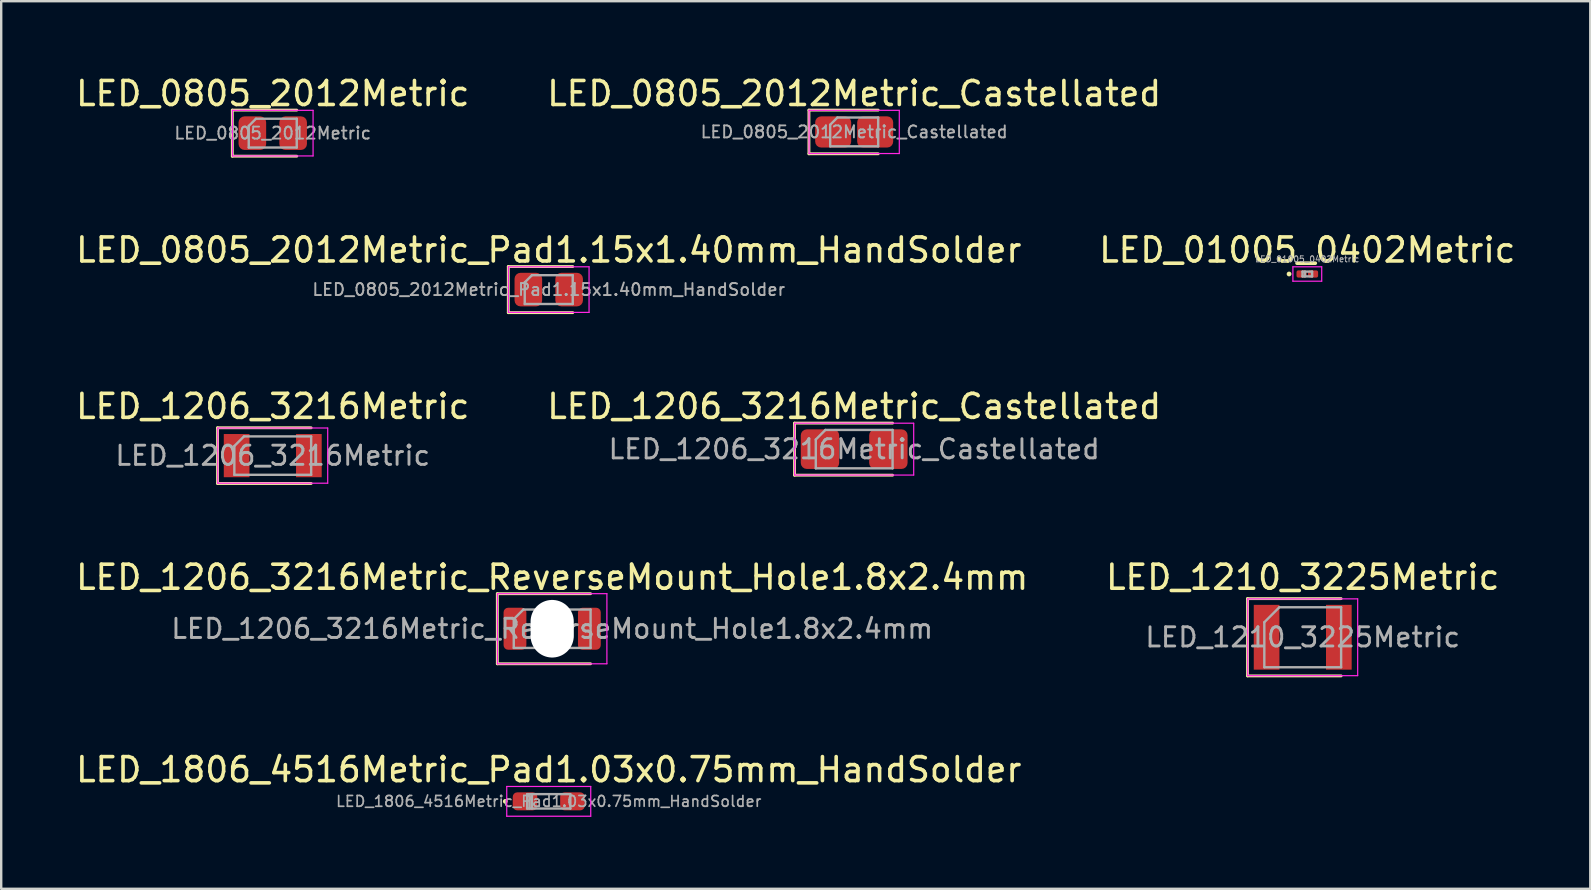
<source format=kicad_pcb>
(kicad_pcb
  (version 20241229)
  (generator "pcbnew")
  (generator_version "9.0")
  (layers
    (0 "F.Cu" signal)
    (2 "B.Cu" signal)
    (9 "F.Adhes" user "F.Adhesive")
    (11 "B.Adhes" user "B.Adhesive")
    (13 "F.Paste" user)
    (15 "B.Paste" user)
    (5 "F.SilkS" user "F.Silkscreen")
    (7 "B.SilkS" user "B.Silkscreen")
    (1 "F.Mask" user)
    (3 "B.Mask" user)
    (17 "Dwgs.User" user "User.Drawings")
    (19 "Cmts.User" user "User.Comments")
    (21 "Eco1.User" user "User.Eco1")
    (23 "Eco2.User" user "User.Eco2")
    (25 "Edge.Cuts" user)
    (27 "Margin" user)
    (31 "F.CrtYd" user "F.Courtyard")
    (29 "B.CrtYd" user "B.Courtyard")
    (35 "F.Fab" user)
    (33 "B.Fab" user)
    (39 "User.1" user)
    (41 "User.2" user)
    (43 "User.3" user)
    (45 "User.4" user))
  (footprint "LED_1206_3216Metric"
    (layer "F.Cu")
    (at 8.315 15.935)
    (property "Reference" "LED_1206_3216Metric" (at 0 -2.05 0) (layer "F.SilkS") (effects (font (size 1 1) (thickness 0.15))))
    (attr smd)
    (fp_line (start -2.3 -1.16) (end -2.3 1.16) (stroke (width 0.12) (type solid)) (layer "F.SilkS"))
    (fp_line (start -2.3 1.16) (end 1.6 1.16) (stroke (width 0.12) (type solid)) (layer "F.SilkS"))
    (fp_line (start 1.6 -1.16) (end -2.3 -1.16) (stroke (width 0.12) (type solid)) (layer "F.SilkS"))
    (fp_line (start -2.29 -1.15) (end 2.29 -1.15) (stroke (width 0.05) (type solid)) (layer "F.CrtYd"))
    (fp_line (start -2.29 1.15) (end -2.29 -1.15) (stroke (width 0.05) (type solid)) (layer "F.CrtYd"))
    (fp_line (start 2.29 -1.15) (end 2.29 1.15) (stroke (width 0.05) (type solid)) (layer "F.CrtYd"))
    (fp_line (start 2.29 1.15) (end -2.29 1.15) (stroke (width 0.05) (type solid)) (layer "F.CrtYd"))
    (fp_line (start -1.6 -0.4) (end -1.6 0.8) (stroke (width 0.1) (type solid)) (layer "F.Fab"))
    (fp_line (start -1.6 0.8) (end 1.6 0.8) (stroke (width 0.1) (type solid)) (layer "F.Fab"))
    (fp_line (start -1.2 -0.8) (end -1.6 -0.4) (stroke (width 0.1) (type solid)) (layer "F.Fab"))
    (fp_line (start 1.6 -0.8) (end -1.2 -0.8) (stroke (width 0.1) (type solid)) (layer "F.Fab"))
    (fp_line (start 1.6 0.8) (end 1.6 -0.8) (stroke (width 0.1) (type solid)) (layer "F.Fab"))
    (fp_text user "${REFERENCE}" (at 0 0 0) (layer "F.Fab") (effects (font (size 0.8 0.8) (thickness 0.12))))
    (pad "1" smd rect (at -1.505 0) (size 1.07 1.8) (layers "F.Cu" "F.Mask" "F.Paste"))
    (pad "2" smd rect (at 1.505 0) (size 1.07 1.8) (layers "F.Cu" "F.Mask" "F.Paste")))
  (footprint "LED_1806_4516Metric_Pad1.03x0.75mm_HandSolder"
    (layer "F.Cu")
    (at 19.815 30.341)
    (property "Reference" "LED_1806_4516Metric_Pad1.03x0.75mm_HandSolder" (at 0 -1.32 0) (layer "F.SilkS") (effects (font (size 1 1) (thickness 0.15))))
    (attr smd)
    (fp_circle (center -1.81 0) (end -1.76 0) (stroke (width 0.1) (type solid)) (fill no) (layer "F.SilkS"))
    (fp_line (start -1.75 -0.62) (end 1.75 -0.62) (stroke (width 0.05) (type solid)) (layer "F.CrtYd"))
    (fp_line (start -1.75 0.62) (end -1.75 -0.62) (stroke (width 0.05) (type solid)) (layer "F.CrtYd"))
    (fp_line (start 1.75 -0.62) (end 1.75 0.62) (stroke (width 0.05) (type solid)) (layer "F.CrtYd"))
    (fp_line (start 1.75 0.62) (end -1.75 0.62) (stroke (width 0.05) (type solid)) (layer "F.CrtYd"))
    (fp_line (start -0.9 -0.3) (end 0.9 -0.3) (stroke (width 0.1) (type solid)) (layer "F.Fab"))
    (fp_line (start -0.9 0.3) (end -0.9 -0.3) (stroke (width 0.1) (type solid)) (layer "F.Fab"))
    (fp_line (start -0.8 0.3) (end -0.8 -0.3) (stroke (width 0.1) (type solid)) (layer "F.Fab"))
    (fp_line (start -0.7 0.3) (end -0.7 -0.3) (stroke (width 0.1) (type solid)) (layer "F.Fab"))
    (fp_line (start 0.9 -0.3) (end 0.9 0.3) (stroke (width 0.1) (type solid)) (layer "F.Fab"))
    (fp_line (start 0.9 0.3) (end -0.9 0.3) (stroke (width 0.1) (type solid)) (layer "F.Fab"))
    (fp_text user "${REFERENCE}" (at 0 0 0) (layer "F.Fab") (effects (font (size 0.45 0.45) (thickness 0.07))))
    (pad "1" smd roundrect (at -0.988 0) (size 1.025 0.75) (layers "F.Cu" "F.Mask" "F.Paste") (roundrect_rratio 0.25))
    (pad "2" smd roundrect (at 0.988 0) (size 1.025 0.75) (layers "F.Cu" "F.Mask" "F.Paste") (roundrect_rratio 0.25)))
  (footprint "LED_0805_2012Metric"
    (layer "F.Cu")
    (at 8.315 2.498)
    (property "Reference" "LED_0805_2012Metric" (at 0 -1.65 0) (layer "F.SilkS") (effects (font (size 1 1) (thickness 0.15))))
    (attr smd)
    (fp_line (start -1.685 -0.96) (end -1.685 0.96) (stroke (width 0.12) (type solid)) (layer "F.SilkS"))
    (fp_line (start -1.685 0.96) (end 1 0.96) (stroke (width 0.12) (type solid)) (layer "F.SilkS"))
    (fp_line (start 1 -0.96) (end -1.685 -0.96) (stroke (width 0.12) (type solid)) (layer "F.SilkS"))
    (fp_line (start -1.68 -0.95) (end 1.68 -0.95) (stroke (width 0.05) (type solid)) (layer "F.CrtYd"))
    (fp_line (start -1.68 0.95) (end -1.68 -0.95) (stroke (width 0.05) (type solid)) (layer "F.CrtYd"))
    (fp_line (start 1.68 -0.95) (end 1.68 0.95) (stroke (width 0.05) (type solid)) (layer "F.CrtYd"))
    (fp_line (start 1.68 0.95) (end -1.68 0.95) (stroke (width 0.05) (type solid)) (layer "F.CrtYd"))
    (fp_line (start -1 -0.3) (end -1 0.6) (stroke (width 0.1) (type solid)) (layer "F.Fab"))
    (fp_line (start -1 0.6) (end 1 0.6) (stroke (width 0.1) (type solid)) (layer "F.Fab"))
    (fp_line (start -0.7 -0.6) (end -1 -0.3) (stroke (width 0.1) (type solid)) (layer "F.Fab"))
    (fp_line (start 1 -0.6) (end -0.7 -0.6) (stroke (width 0.1) (type solid)) (layer "F.Fab"))
    (fp_line (start 1 0.6) (end 1 -0.6) (stroke (width 0.1) (type solid)) (layer "F.Fab"))
    (fp_text user "${REFERENCE}" (at 0 0 0) (layer "F.Fab") (effects (font (size 0.5 0.5) (thickness 0.08))))
    (pad "1" smd roundrect (at -0.85 0) (size 1.15 1.4) (layers "F.Cu" "F.Mask" "F.Paste") (roundrect_rratio 0.217))
    (pad "2" smd roundrect (at 0.85 0) (size 1.15 1.4) (layers "F.Cu" "F.Mask" "F.Paste") (roundrect_rratio 0.217)))
  (footprint "LED_1206_3216Metric_Castellated"
    (layer "F.Cu")
    (at 32.542 15.665)
    (property "Reference" "LED_1206_3216Metric_Castellated" (at 0 -1.78 0) (layer "F.SilkS") (effects (font (size 1 1) (thickness 0.15))))
    (attr smd)
    (fp_line (start -2.485 -1.085) (end -2.485 1.085) (stroke (width 0.12) (type solid)) (layer "F.SilkS"))
    (fp_line (start -2.485 1.085) (end 1.6 1.085) (stroke (width 0.12) (type solid)) (layer "F.SilkS"))
    (fp_line (start 1.6 -1.085) (end -2.485 -1.085) (stroke (width 0.12) (type solid)) (layer "F.SilkS"))
    (fp_line (start -2.48 -1.08) (end 2.48 -1.08) (stroke (width 0.05) (type solid)) (layer "F.CrtYd"))
    (fp_line (start -2.48 1.08) (end -2.48 -1.08) (stroke (width 0.05) (type solid)) (layer "F.CrtYd"))
    (fp_line (start 2.48 -1.08) (end 2.48 1.08) (stroke (width 0.05) (type solid)) (layer "F.CrtYd"))
    (fp_line (start 2.48 1.08) (end -2.48 1.08) (stroke (width 0.05) (type solid)) (layer "F.CrtYd"))
    (fp_line (start -1.6 -0.4) (end -1.6 0.8) (stroke (width 0.1) (type solid)) (layer "F.Fab"))
    (fp_line (start -1.6 0.8) (end 1.6 0.8) (stroke (width 0.1) (type solid)) (layer "F.Fab"))
    (fp_line (start -1.2 -0.8) (end -1.6 -0.4) (stroke (width 0.1) (type solid)) (layer "F.Fab"))
    (fp_line (start 1.6 -0.8) (end -1.2 -0.8) (stroke (width 0.1) (type solid)) (layer "F.Fab"))
    (fp_line (start 1.6 0.8) (end 1.6 -0.8) (stroke (width 0.1) (type solid)) (layer "F.Fab"))
    (fp_text user "${REFERENCE}" (at 0 0 0) (layer "F.Fab") (effects (font (size 0.8 0.8) (thickness 0.12))))
    (pad "1" smd roundrect (at -1.425 0) (size 1.6 1.65) (layers "F.Cu" "F.Mask" "F.Paste") (roundrect_rratio 0.156))
    (pad "2" smd roundrect (at 1.425 0) (size 1.6 1.65) (layers "F.Cu" "F.Mask" "F.Paste") (roundrect_rratio 0.156)))
  (footprint "LED_01005_0402Metric"
    (layer "F.Cu")
    (at 51.423 8.367)
    (property "Reference" "LED_01005_0402Metric" (at 0 -1 0) (layer "F.SilkS") (effects (font (size 1 1) (thickness 0.15))))
    (attr smd)
    (fp_circle (center -0.76 0) (end -0.71 0) (stroke (width 0.1) (type solid)) (fill no) (layer "F.SilkS"))
    (fp_line (start -0.6 -0.3) (end 0.6 -0.3) (stroke (width 0.05) (type solid)) (layer "F.CrtYd"))
    (fp_line (start -0.6 0.3) (end -0.6 -0.3) (stroke (width 0.05) (type solid)) (layer "F.CrtYd"))
    (fp_line (start 0.6 -0.3) (end 0.6 0.3) (stroke (width 0.05) (type solid)) (layer "F.CrtYd"))
    (fp_line (start 0.6 0.3) (end -0.6 0.3) (stroke (width 0.05) (type solid)) (layer "F.CrtYd"))
    (fp_line (start -0.2 -0.1) (end 0.2 -0.1) (stroke (width 0.1) (type solid)) (layer "F.Fab"))
    (fp_line (start -0.2 0.1) (end -0.2 -0.1) (stroke (width 0.1) (type solid)) (layer "F.Fab"))
    (fp_line (start -0.1 0.1) (end -0.1 -0.1) (stroke (width 0.1) (type solid)) (layer "F.Fab"))
    (fp_line (start 0.2 -0.1) (end 0.2 0.1) (stroke (width 0.1) (type solid)) (layer "F.Fab"))
    (fp_line (start 0.2 0.1) (end -0.2 0.1) (stroke (width 0.1) (type solid)) (layer "F.Fab"))
    (fp_text user "${REFERENCE}" (at 0 -0.62 0) (layer "F.Fab") (effects (font (size 0.25 0.25) (thickness 0.04))))
    (pad "" smd roundrect (at -0.265 0) (size 0.286 0.27) (layers "F.Paste") (roundrect_rratio 0.25))
    (pad "" smd roundrect (at 0.265 0) (size 0.286 0.27) (layers "F.Paste") (roundrect_rratio 0.25))
    (pad "1" smd roundrect (at -0.24 0) (size 0.42 0.3) (layers "F.Cu" "F.Mask") (roundrect_rratio 0.25))
    (pad "2" smd roundrect (at 0.24 0) (size 0.42 0.3) (layers "F.Cu" "F.Mask") (roundrect_rratio 0.25)))
  (footprint "LED_1210_3225Metric"
    (layer "F.Cu")
    (at 51.232 23.503)
    (property "Reference" "LED_1210_3225Metric" (at 0 -2.5 0) (layer "F.SilkS") (effects (font (size 1 1) (thickness 0.15))))
    (attr smd)
    (fp_line (start -2.3 -1.61) (end -2.3 1.61) (stroke (width 0.12) (type solid)) (layer "F.SilkS"))
    (fp_line (start -2.3 1.61) (end 1.6 1.61) (stroke (width 0.12) (type solid)) (layer "F.SilkS"))
    (fp_line (start 1.6 -1.61) (end -2.3 -1.61) (stroke (width 0.12) (type solid)) (layer "F.SilkS"))
    (fp_line (start -2.29 -1.6) (end 2.29 -1.6) (stroke (width 0.05) (type solid)) (layer "F.CrtYd"))
    (fp_line (start -2.29 1.6) (end -2.29 -1.6) (stroke (width 0.05) (type solid)) (layer "F.CrtYd"))
    (fp_line (start 2.29 -1.6) (end 2.29 1.6) (stroke (width 0.05) (type solid)) (layer "F.CrtYd"))
    (fp_line (start 2.29 1.6) (end -2.29 1.6) (stroke (width 0.05) (type solid)) (layer "F.CrtYd"))
    (fp_line (start -1.6 -0.625) (end -1.6 1.25) (stroke (width 0.1) (type solid)) (layer "F.Fab"))
    (fp_line (start -1.6 1.25) (end 1.6 1.25) (stroke (width 0.1) (type solid)) (layer "F.Fab"))
    (fp_line (start -0.975 -1.25) (end -1.6 -0.625) (stroke (width 0.1) (type solid)) (layer "F.Fab"))
    (fp_line (start 1.6 -1.25) (end -0.975 -1.25) (stroke (width 0.1) (type solid)) (layer "F.Fab"))
    (fp_line (start 1.6 1.25) (end 1.6 -1.25) (stroke (width 0.1) (type solid)) (layer "F.Fab"))
    (fp_text user "${REFERENCE}" (at 0 0 0) (layer "F.Fab") (effects (font (size 0.8 0.8) (thickness 0.12))))
    (pad "1" smd rect (at -1.505 0) (size 1.07 2.7) (layers "F.Cu" "F.Mask" "F.Paste"))
    (pad "2" smd rect (at 1.505 0) (size 1.07 2.7) (layers "F.Cu" "F.Mask" "F.Paste")))
  (footprint "LED_1206_3216Metric_ReverseMount_Hole1.8x2.4mm"
    (layer "F.Cu")
    (at 19.958 23.148)
    (property "Reference" "LED_1206_3216Metric_ReverseMount_Hole1.8x2.4mm" (at 0 -2.145 0) (layer "F.SilkS") (effects (font (size 1 1) (thickness 0.15))))
    (attr smd)
    (fp_line (start -2.285 -1.46) (end -2.285 1.46) (stroke (width 0.12) (type solid)) (layer "F.SilkS"))
    (fp_line (start -2.285 1.46) (end 1.6 1.46) (stroke (width 0.12) (type solid)) (layer "F.SilkS"))
    (fp_line (start 1.6 -1.46) (end -2.285 -1.46) (stroke (width 0.12) (type solid)) (layer "F.SilkS"))
    (fp_line (start -2.28 -1.46) (end 2.28 -1.46) (stroke (width 0.05) (type solid)) (layer "F.CrtYd"))
    (fp_line (start -2.28 1.46) (end -2.28 -1.46) (stroke (width 0.05) (type solid)) (layer "F.CrtYd"))
    (fp_line (start 2.28 -1.46) (end 2.28 1.46) (stroke (width 0.05) (type solid)) (layer "F.CrtYd"))
    (fp_line (start 2.28 1.46) (end -2.28 1.46) (stroke (width 0.05) (type solid)) (layer "F.CrtYd"))
    (fp_line (start -1.6 -0.4) (end -1.6 0.8) (stroke (width 0.1) (type solid)) (layer "F.Fab"))
    (fp_line (start -1.6 0.8) (end 1.6 0.8) (stroke (width 0.1) (type solid)) (layer "F.Fab"))
    (fp_line (start -1.2 -0.8) (end -1.6 -0.4) (stroke (width 0.1) (type solid)) (layer "F.Fab"))
    (fp_line (start 1.6 -0.8) (end -1.2 -0.8) (stroke (width 0.1) (type solid)) (layer "F.Fab"))
    (fp_line (start 1.6 0.8) (end 1.6 -0.8) (stroke (width 0.1) (type solid)) (layer "F.Fab"))
    (fp_text user "${REFERENCE}" (at 0 0 0) (layer "F.Fab") (effects (font (size 0.8 0.8) (thickness 0.12))))
    (pad "" np_thru_hole oval (at 0 0) (size 1.8 2.4) (drill oval 1.8 2.4) (layers "*.Cu" "*.Mask"))
    (pad "1" smd roundrect (at -1.55 0) (size 0.95 1.75) (layers "F.Cu" "F.Mask" "F.Paste") (roundrect_rratio 0.2))
    (pad "2" smd roundrect (at 1.55 0) (size 0.95 1.75) (layers "F.Cu" "F.Mask" "F.Paste") (roundrect_rratio 0.2)))
  (footprint "LED_0805_2012Metric_Pad1.15x1.40mm_HandSolder"
    (layer "F.Cu")
    (at 19.815 9.017)
    (property "Reference" "LED_0805_2012Metric_Pad1.15x1.40mm_HandSolder" (at 0 -1.65 0) (layer "F.SilkS") (effects (font (size 1 1) (thickness 0.15))))
    (attr smd)
    (fp_line (start -1.685 -0.96) (end -1.685 0.96) (stroke (width 0.12) (type solid)) (layer "F.SilkS"))
    (fp_line (start -1.685 0.96) (end 1 0.96) (stroke (width 0.12) (type solid)) (layer "F.SilkS"))
    (fp_line (start 1 -0.96) (end -1.685 -0.96) (stroke (width 0.12) (type solid)) (layer "F.SilkS"))
    (fp_line (start -1.68 -0.95) (end 1.68 -0.95) (stroke (width 0.05) (type solid)) (layer "F.CrtYd"))
    (fp_line (start -1.68 0.95) (end -1.68 -0.95) (stroke (width 0.05) (type solid)) (layer "F.CrtYd"))
    (fp_line (start 1.68 -0.95) (end 1.68 0.95) (stroke (width 0.05) (type solid)) (layer "F.CrtYd"))
    (fp_line (start 1.68 0.95) (end -1.68 0.95) (stroke (width 0.05) (type solid)) (layer "F.CrtYd"))
    (fp_line (start -1 -0.3) (end -1 0.6) (stroke (width 0.1) (type solid)) (layer "F.Fab"))
    (fp_line (start -1 0.6) (end 1 0.6) (stroke (width 0.1) (type solid)) (layer "F.Fab"))
    (fp_line (start -0.7 -0.6) (end -1 -0.3) (stroke (width 0.1) (type solid)) (layer "F.Fab"))
    (fp_line (start 1 -0.6) (end -0.7 -0.6) (stroke (width 0.1) (type solid)) (layer "F.Fab"))
    (fp_line (start 1 0.6) (end 1 -0.6) (stroke (width 0.1) (type solid)) (layer "F.Fab"))
    (fp_text user "${REFERENCE}" (at 0 0 0) (layer "F.Fab") (effects (font (size 0.5 0.5) (thickness 0.08))))
    (pad "1" smd roundrect (at -0.85 0) (size 1.15 1.4) (layers "F.Cu" "F.Mask" "F.Paste") (roundrect_rratio 0.217))
    (pad "2" smd roundrect (at 0.85 0) (size 1.15 1.4) (layers "F.Cu" "F.Mask" "F.Paste") (roundrect_rratio 0.217)))
  (footprint "LED_0805_2012Metric_Castellated"
    (layer "F.Cu")
    (at 32.542 2.448)
    (property "Reference" "LED_0805_2012Metric_Castellated" (at 0 -1.6 0) (layer "F.SilkS") (effects (font (size 1 1) (thickness 0.15))))
    (attr smd)
    (fp_line (start -1.885 -0.91) (end -1.885 0.91) (stroke (width 0.12) (type solid)) (layer "F.SilkS"))
    (fp_line (start -1.885 0.91) (end 1 0.91) (stroke (width 0.12) (type solid)) (layer "F.SilkS"))
    (fp_line (start 1 -0.91) (end -1.885 -0.91) (stroke (width 0.12) (type solid)) (layer "F.SilkS"))
    (fp_line (start -1.88 -0.9) (end 1.88 -0.9) (stroke (width 0.05) (type solid)) (layer "F.CrtYd"))
    (fp_line (start -1.88 0.9) (end -1.88 -0.9) (stroke (width 0.05) (type solid)) (layer "F.CrtYd"))
    (fp_line (start 1.88 -0.9) (end 1.88 0.9) (stroke (width 0.05) (type solid)) (layer "F.CrtYd"))
    (fp_line (start 1.88 0.9) (end -1.88 0.9) (stroke (width 0.05) (type solid)) (layer "F.CrtYd"))
    (fp_line (start -1 -0.3) (end -1 0.6) (stroke (width 0.1) (type solid)) (layer "F.Fab"))
    (fp_line (start -1 0.6) (end 1 0.6) (stroke (width 0.1) (type solid)) (layer "F.Fab"))
    (fp_line (start -0.7 -0.6) (end -1 -0.3) (stroke (width 0.1) (type solid)) (layer "F.Fab"))
    (fp_line (start 1 -0.6) (end -0.7 -0.6) (stroke (width 0.1) (type solid)) (layer "F.Fab"))
    (fp_line (start 1 0.6) (end 1 -0.6) (stroke (width 0.1) (type solid)) (layer "F.Fab"))
    (fp_text user "${REFERENCE}" (at 0 0 0) (layer "F.Fab") (effects (font (size 0.5 0.5) (thickness 0.08))))
    (pad "1" smd roundrect (at -0.875 0) (size 1.5 1.3) (layers "F.Cu" "F.Mask" "F.Paste") (roundrect_rratio 0.192))
    (pad "2" smd roundrect (at 0.875 0) (size 1.5 1.3) (layers "F.Cu" "F.Mask" "F.Paste") (roundrect_rratio 0.192)))
  (gr_rect
    (start -3 -3)
    (end 63.214 33.986)
    (stroke (width 0.1) (type default))
    (fill no)
    (layer "Edge.Cuts")))
</source>
